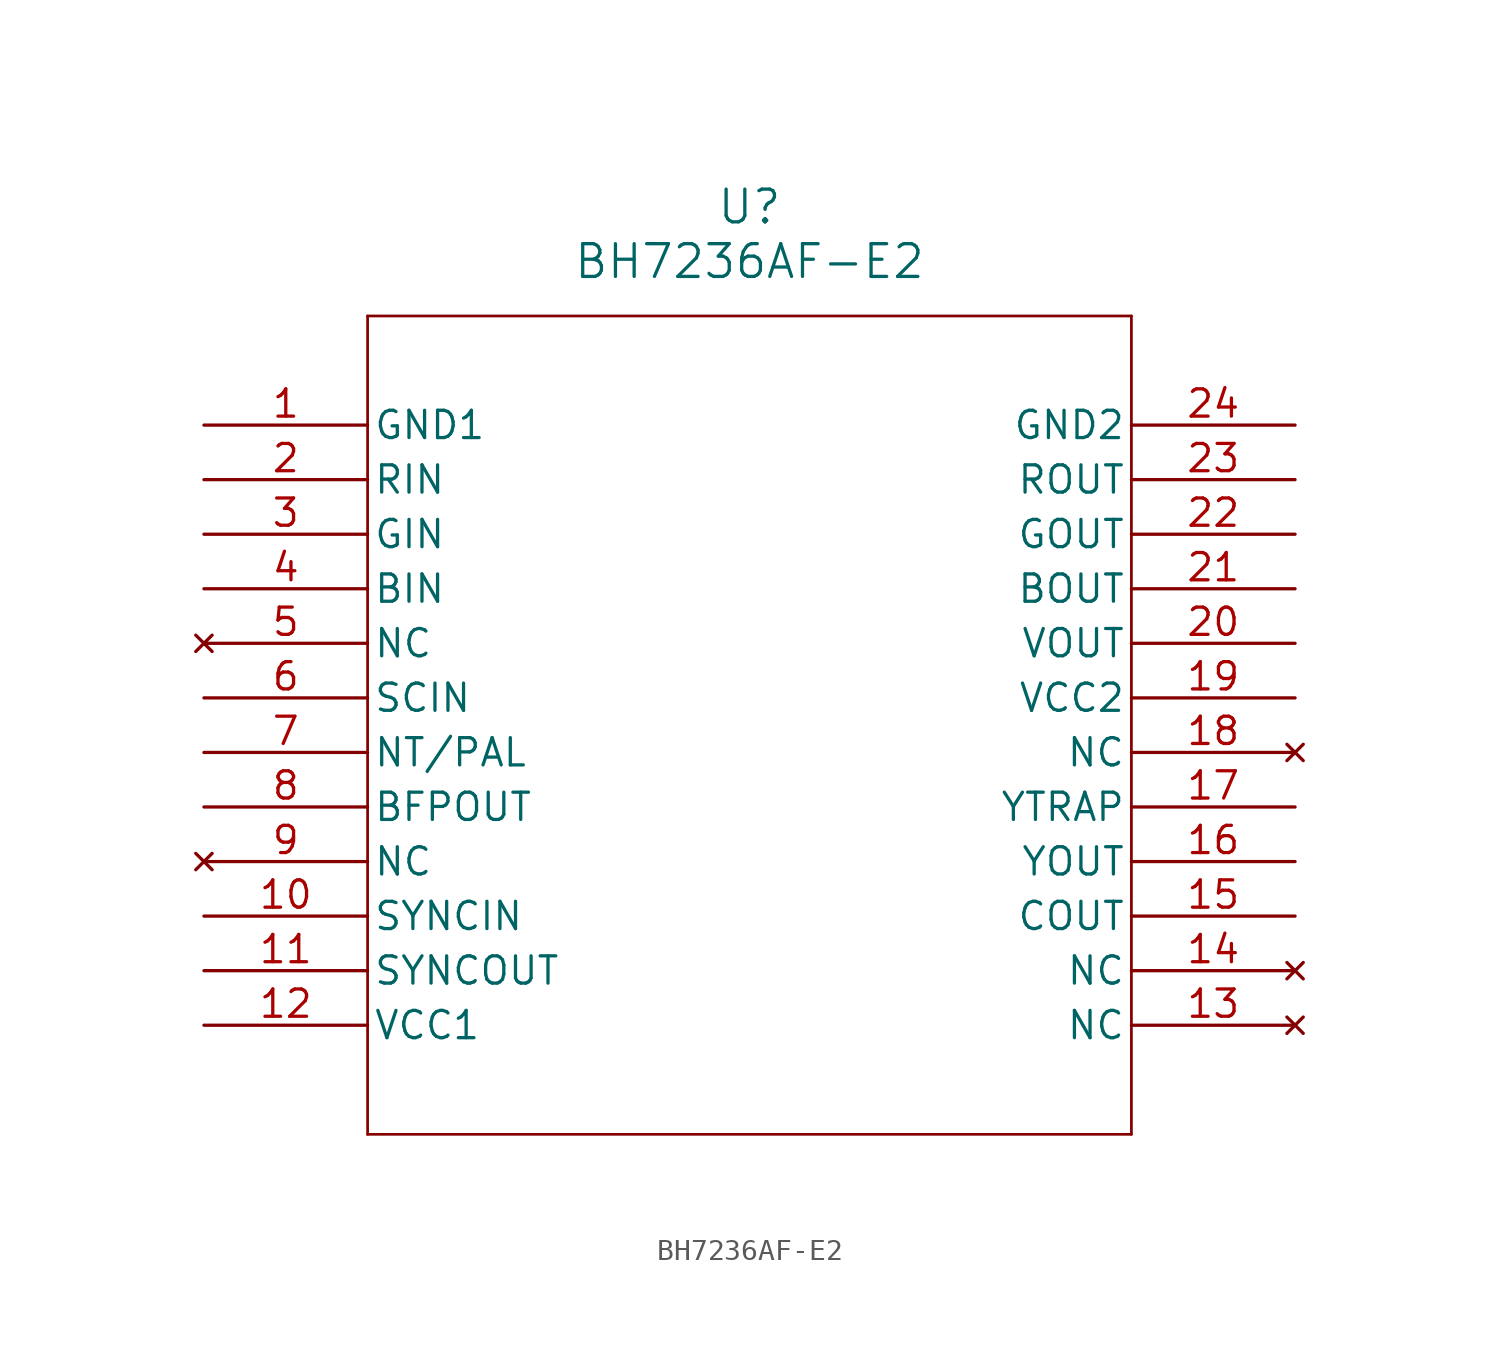
<source format=kicad_sym>
(kicad_symbol_lib
  (version 20211014)
  (generator kicad_symbol_editor)
  (symbol "BH7236AF-E2"
    (pin_names
      (offset 0.254))
    (property "Reference" "U"
      (at 25.4 10.16 0)
      (effects (font (size 1.524 1.524))))
    (property "Value" "BH7236AF-E2"
      (at 25.4 7.62 0)
      (effects (font (size 1.524 1.524))))
    (symbol "BH7236AF-E2_0_1"
      (polyline (pts (xy 7.62 5.08) (xy 7.62 -33.02)) (stroke (width 0.127) (type default) (color 0 0 0 0)) (fill (type none)))
      (polyline (pts (xy 7.62 -33.02) (xy 43.18 -33.02)) (stroke (width 0.127) (type default) (color 0 0 0 0)) (fill (type none)))
      (polyline (pts (xy 43.18 -33.02) (xy 43.18 5.08)) (stroke (width 0.127) (type default) (color 0 0 0 0)) (fill (type none)))
      (polyline (pts (xy 43.18 5.08) (xy 7.62 5.08)) (stroke (width 0.127) (type default) (color 0 0 0 0)) (fill (type none)))
      (pin power_in line (at 0 0 0) (length 7.62) (name "GND1" (effects (font (size 1.27 1.27)))) (number "1" (effects (font (size 1.27 1.27)))))
      (pin input line (at 0 -2.54 0) (length 7.62) (name "RIN" (effects (font (size 1.27 1.27)))) (number "2" (effects (font (size 1.27 1.27)))))
      (pin input line (at 0 -5.08 0) (length 7.62) (name "GIN" (effects (font (size 1.27 1.27)))) (number "3" (effects (font (size 1.27 1.27)))))
      (pin input line (at 0 -7.62 0) (length 7.62) (name "BIN" (effects (font (size 1.27 1.27)))) (number "4" (effects (font (size 1.27 1.27)))))
      (pin no_connect line (at 0 -10.16 0) (length 7.62) (name "NC" (effects (font (size 1.27 1.27)))) (number "5" (effects (font (size 1.27 1.27)))))
      (pin input line (at 0 -12.7 0) (length 7.62) (name "SCIN" (effects (font (size 1.27 1.27)))) (number "6" (effects (font (size 1.27 1.27)))))
      (pin input line (at 0 -15.24 0) (length 7.62) (name "NT/PAL" (effects (font (size 1.27 1.27)))) (number "7" (effects (font (size 1.27 1.27)))))
      (pin output line (at 0 -17.78 0) (length 7.62) (name "BFPOUT" (effects (font (size 1.27 1.27)))) (number "8" (effects (font (size 1.27 1.27)))))
      (pin no_connect line (at 0 -20.32 0) (length 7.62) (name "NC" (effects (font (size 1.27 1.27)))) (number "9" (effects (font (size 1.27 1.27)))))
      (pin input line (at 0 -22.86 0) (length 7.62) (name "SYNCIN" (effects (font (size 1.27 1.27)))) (number "10" (effects (font (size 1.27 1.27)))))
      (pin output line (at 0 -25.4 0) (length 7.62) (name "SYNCOUT" (effects (font (size 1.27 1.27)))) (number "11" (effects (font (size 1.27 1.27)))))
      (pin power_in line (at 0 -27.94 0) (length 7.62) (name "VCC1" (effects (font (size 1.27 1.27)))) (number "12" (effects (font (size 1.27 1.27)))))
      (pin no_connect line (at 50.8 -27.94 180) (length 7.62) (name "NC" (effects (font (size 1.27 1.27)))) (number "13" (effects (font (size 1.27 1.27)))))
      (pin no_connect line (at 50.8 -25.4 180) (length 7.62) (name "NC" (effects (font (size 1.27 1.27)))) (number "14" (effects (font (size 1.27 1.27)))))
      (pin output line (at 50.8 -22.86 180) (length 7.62) (name "COUT" (effects (font (size 1.27 1.27)))) (number "15" (effects (font (size 1.27 1.27)))))
      (pin output line (at 50.8 -20.32 180) (length 7.62) (name "YOUT" (effects (font (size 1.27 1.27)))) (number "16" (effects (font (size 1.27 1.27)))))
      (pin unspecified line (at 50.8 -17.78 180) (length 7.62) (name "YTRAP" (effects (font (size 1.27 1.27)))) (number "17" (effects (font (size 1.27 1.27)))))
      (pin no_connect line (at 50.8 -15.24 180) (length 7.62) (name "NC" (effects (font (size 1.27 1.27)))) (number "18" (effects (font (size 1.27 1.27)))))
      (pin power_in line (at 50.8 -12.7 180) (length 7.62) (name "VCC2" (effects (font (size 1.27 1.27)))) (number "19" (effects (font (size 1.27 1.27)))))
      (pin output line (at 50.8 -10.16 180) (length 7.62) (name "VOUT" (effects (font (size 1.27 1.27)))) (number "20" (effects (font (size 1.27 1.27)))))
      (pin output line (at 50.8 -7.62 180) (length 7.62) (name "BOUT" (effects (font (size 1.27 1.27)))) (number "21" (effects (font (size 1.27 1.27)))))
      (pin output line (at 50.8 -5.08 180) (length 7.62) (name "GOUT" (effects (font (size 1.27 1.27)))) (number "22" (effects (font (size 1.27 1.27)))))
      (pin output line (at 50.8 -2.54 180) (length 7.62) (name "ROUT" (effects (font (size 1.27 1.27)))) (number "23" (effects (font (size 1.27 1.27)))))
      (pin power_in line (at 50.8 0 180) (length 7.62) (name "GND2" (effects (font (size 1.27 1.27)))) (number "24" (effects (font (size 1.27 1.27))))))))
</source>
